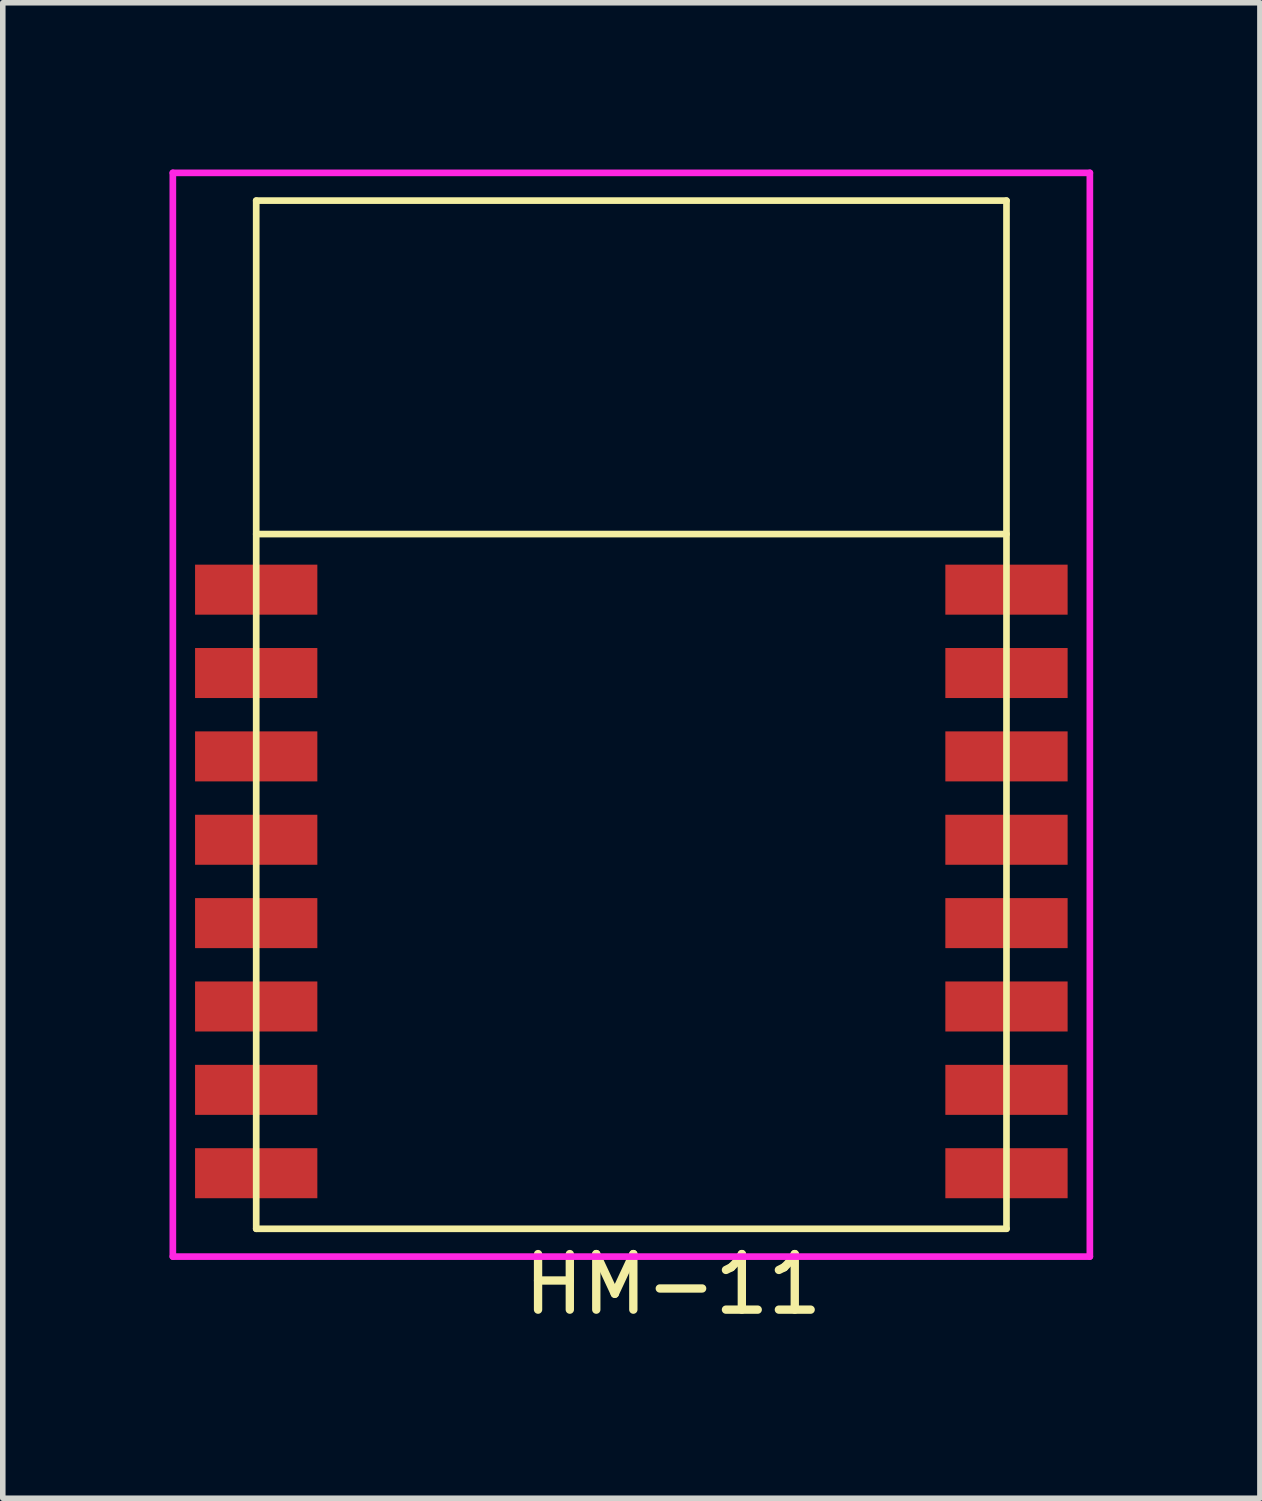
<source format=kicad_pcb>
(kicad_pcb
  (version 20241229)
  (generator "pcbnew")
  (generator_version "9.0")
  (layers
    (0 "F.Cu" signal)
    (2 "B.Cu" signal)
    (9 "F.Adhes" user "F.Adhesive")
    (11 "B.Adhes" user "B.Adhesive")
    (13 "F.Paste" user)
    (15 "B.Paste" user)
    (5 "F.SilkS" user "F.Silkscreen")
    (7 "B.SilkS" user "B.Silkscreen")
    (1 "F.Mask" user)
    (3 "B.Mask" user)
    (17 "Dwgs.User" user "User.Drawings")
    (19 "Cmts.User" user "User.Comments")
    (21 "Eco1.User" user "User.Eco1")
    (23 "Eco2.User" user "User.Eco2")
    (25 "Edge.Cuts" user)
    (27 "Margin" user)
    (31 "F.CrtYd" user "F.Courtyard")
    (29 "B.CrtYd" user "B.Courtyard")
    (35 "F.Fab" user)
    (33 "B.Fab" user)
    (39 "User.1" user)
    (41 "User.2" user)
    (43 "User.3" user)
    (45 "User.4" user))
  (footprint "HM-11"
    (layer "F.Cu")
    (at 1.56 0.56)
    (property "Reference" "HM-11" (at 7.5 19.5 0) (layer "F.SilkS") (effects (font (size 1 1) (thickness 0.15))))
    (attr through_hole)
    (fp_line (start 0 0) (end 13.5 0) (stroke (width 0.12) (type solid)) (layer "F.SilkS"))
    (fp_line (start 0 6) (end 13.5 6) (stroke (width 0.12) (type solid)) (layer "F.SilkS"))
    (fp_line (start 0 18.5) (end 0 0) (stroke (width 0.12) (type solid)) (layer "F.SilkS"))
    (fp_line (start 13.5 0) (end 13.5 18.5) (stroke (width 0.12) (type solid)) (layer "F.SilkS"))
    (fp_line (start 13.5 18.5) (end 0 18.5) (stroke (width 0.12) (type solid)) (layer "F.SilkS"))
    (fp_line (start -1.5 -0.5) (end -1.5 19) (stroke (width 0.12) (type solid)) (layer "F.CrtYd"))
    (fp_line (start -1.5 19) (end 15 19) (stroke (width 0.12) (type solid)) (layer "F.CrtYd"))
    (fp_line (start 15 -0.5) (end -1.5 -0.5) (stroke (width 0.12) (type solid)) (layer "F.CrtYd"))
    (fp_line (start 15 19) (end 15 -0.5) (stroke (width 0.12) (type solid)) (layer "F.CrtYd"))
    (pad "1" smd rect (at 0 7) (size 2.2 0.9) (layers "F.Cu" "F.Mask" "F.Paste"))
    (pad "2" smd rect (at 0 8.5) (size 2.2 0.9) (layers "F.Cu" "F.Mask" "F.Paste"))
    (pad "3" smd rect (at 0 10) (size 2.2 0.9) (layers "F.Cu" "F.Mask" "F.Paste"))
    (pad "4" smd rect (at 0 11.5) (size 2.2 0.9) (layers "F.Cu" "F.Mask" "F.Paste"))
    (pad "5" smd rect (at 0 13) (size 2.2 0.9) (layers "F.Cu" "F.Mask" "F.Paste"))
    (pad "6" smd rect (at 0 14.5) (size 2.2 0.9) (layers "F.Cu" "F.Mask" "F.Paste"))
    (pad "7" smd rect (at 0 16) (size 2.2 0.9) (layers "F.Cu" "F.Mask" "F.Paste"))
    (pad "8" smd rect (at 0 17.5) (size 2.2 0.9) (layers "F.Cu" "F.Mask" "F.Paste"))
    (pad "9" smd rect (at 13.5 17.5) (size 2.2 0.9) (layers "F.Cu" "F.Mask" "F.Paste"))
    (pad "10" smd rect (at 13.5 16) (size 2.2 0.9) (layers "F.Cu" "F.Mask" "F.Paste"))
    (pad "11" smd rect (at 13.5 14.5) (size 2.2 0.9) (layers "F.Cu" "F.Mask" "F.Paste"))
    (pad "12" smd rect (at 13.5 13) (size 2.2 0.9) (layers "F.Cu" "F.Mask" "F.Paste"))
    (pad "13" smd rect (at 13.5 11.5) (size 2.2 0.9) (layers "F.Cu" "F.Mask" "F.Paste"))
    (pad "14" smd rect (at 13.5 10) (size 2.2 0.9) (layers "F.Cu" "F.Mask" "F.Paste"))
    (pad "15" smd rect (at 13.5 8.5) (size 2.2 0.9) (layers "F.Cu" "F.Mask" "F.Paste"))
    (pad "16" smd rect (at 13.5 7) (size 2.2 0.9) (layers "F.Cu" "F.Mask" "F.Paste")))
  (gr_rect
    (start -3 -3)
    (end 19.62 23.908)
    (stroke (width 0.1) (type default))
    (fill no)
    (layer "Edge.Cuts")))
</source>
